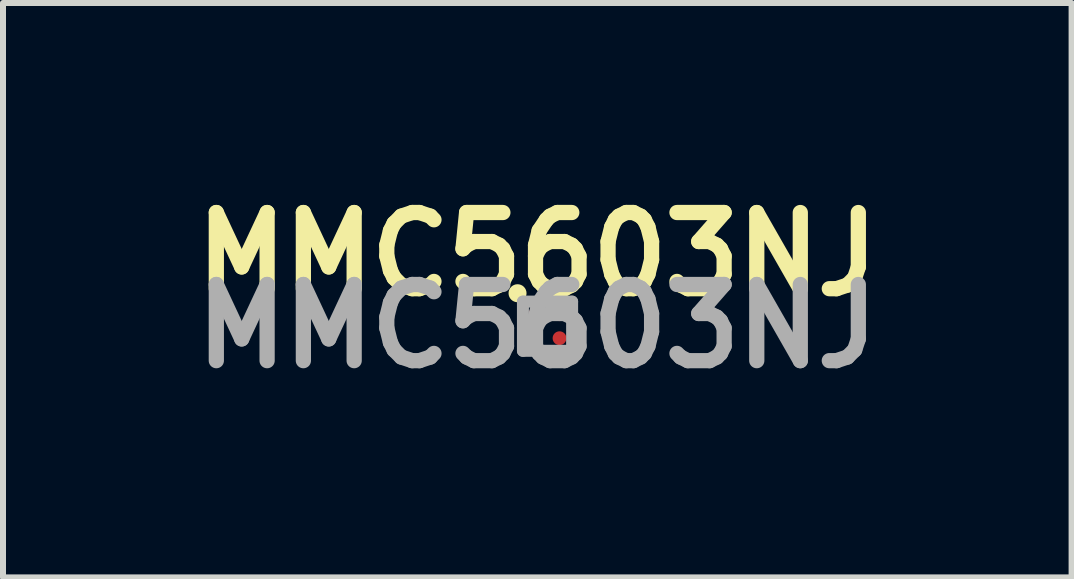
<source format=kicad_pcb>
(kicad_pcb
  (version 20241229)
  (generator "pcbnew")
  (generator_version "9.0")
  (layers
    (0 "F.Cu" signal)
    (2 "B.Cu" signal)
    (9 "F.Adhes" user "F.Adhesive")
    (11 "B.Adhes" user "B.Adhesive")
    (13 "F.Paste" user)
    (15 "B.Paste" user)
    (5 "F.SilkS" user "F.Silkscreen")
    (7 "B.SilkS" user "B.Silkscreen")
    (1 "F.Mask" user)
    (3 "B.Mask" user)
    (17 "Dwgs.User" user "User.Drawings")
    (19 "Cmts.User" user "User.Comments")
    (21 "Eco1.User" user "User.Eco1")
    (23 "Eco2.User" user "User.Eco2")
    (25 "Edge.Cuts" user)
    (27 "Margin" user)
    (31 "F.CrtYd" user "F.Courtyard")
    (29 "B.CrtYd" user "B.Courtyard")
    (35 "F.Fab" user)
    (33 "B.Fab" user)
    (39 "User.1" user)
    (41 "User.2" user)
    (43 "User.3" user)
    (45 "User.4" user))
  (footprint "MMC5603NJ"
    (layer "F.Cu")
    (at 6.079 2.389)
    (property "Reference" "MMC5603NJ" (at -0.17 -1.2 0) (layer "F.SilkS") (effects (font (size 1.27 1.27) (thickness 0.254))))
    (attr smd)
    (fp_circle (center -0.5 -0.55) (end -0.4 -0.55) (stroke (width 0.1) (type solid)) (fill yes) (layer "F.SilkS"))
    (fp_line (start -0.41 -0.41) (end 0.41 -0.41) (stroke (width 0.2) (type solid)) (layer "F.Fab"))
    (fp_line (start -0.41 0.41) (end -0.41 -0.41) (stroke (width 0.2) (type solid)) (layer "F.Fab"))
    (fp_line (start 0.41 -0.41) (end 0.41 0.41) (stroke (width 0.2) (type solid)) (layer "F.Fab"))
    (fp_line (start 0.41 0.41) (end -0.41 0.41) (stroke (width 0.2) (type solid)) (layer "F.Fab"))
    (fp_text user "${REFERENCE}" (at -0.17 0 0) (layer "F.Fab") (effects (font (size 1.27 1.27) (thickness 0.254))))
    (pad "A1" smd circle (at -0.2 -0.2 90) (size 0.23 0.23) (layers "F.Cu" "F.Mask" "F.Paste"))
    (pad "A2" smd circle (at 0.2 -0.2 90) (size 0.23 0.23) (layers "F.Cu" "F.Mask" "F.Paste"))
    (pad "B1" smd circle (at -0.2 0.2 90) (size 0.23 0.23) (layers "F.Cu" "F.Mask" "F.Paste"))
    (pad "B2" smd circle (at 0.2 0.2 90) (size 0.23 0.23) (layers "F.Cu" "F.Mask" "F.Paste")))
  (gr_rect
    (start -3 -3)
    (end 14.817 6.577)
    (stroke (width 0.1) (type default))
    (fill no)
    (layer "Edge.Cuts")))
</source>
